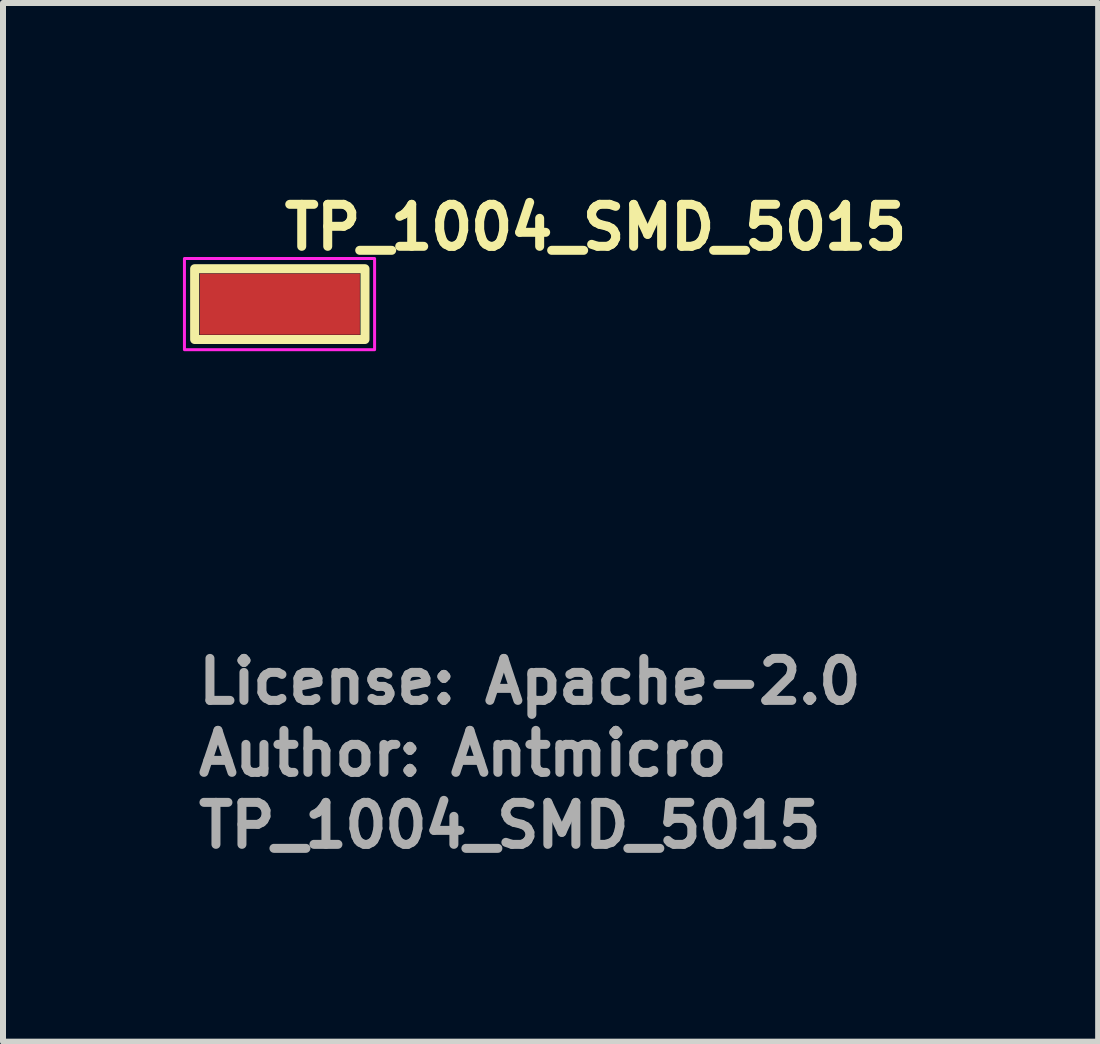
<source format=kicad_pcb>
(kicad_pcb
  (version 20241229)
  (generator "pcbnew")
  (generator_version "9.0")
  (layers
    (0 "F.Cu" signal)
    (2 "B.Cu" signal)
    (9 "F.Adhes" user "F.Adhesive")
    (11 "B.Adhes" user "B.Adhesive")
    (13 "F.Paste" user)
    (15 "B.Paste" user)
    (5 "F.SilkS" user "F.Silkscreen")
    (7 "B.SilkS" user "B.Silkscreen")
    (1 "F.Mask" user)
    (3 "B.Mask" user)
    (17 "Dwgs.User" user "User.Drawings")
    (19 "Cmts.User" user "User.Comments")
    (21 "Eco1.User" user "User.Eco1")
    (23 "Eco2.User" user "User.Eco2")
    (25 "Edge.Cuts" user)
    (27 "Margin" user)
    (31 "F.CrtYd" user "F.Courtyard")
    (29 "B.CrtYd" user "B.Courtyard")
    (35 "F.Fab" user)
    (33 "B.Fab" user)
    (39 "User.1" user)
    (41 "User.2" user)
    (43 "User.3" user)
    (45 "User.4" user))
  (footprint "TP_1004_SMD_5015"
    (layer "F.Cu")
    (at 1.615 2.02)
    (property "Reference" "TP_1004_SMD_5015" (at 0 -0.87 0) (layer "F.SilkS") (effects (font (size 0.7 0.7) (thickness 0.15)) (justify left bottom)))
    (attr smd)
    (fp_rect (start -1.42 -0.59) (end 1.42 0.59) (stroke (width 0.15) (type solid)) (fill no) (layer "F.SilkS"))
    (fp_rect (start -1.59 -0.76) (end 1.58 0.76) (stroke (width 0.05) (type solid)) (fill no) (layer "F.CrtYd"))
    (fp_rect (start -1.333 -0.508) (end 1.333 0.508) (stroke (width 0.1) (type solid)) (fill no) (layer "User.5"))
    (fp_line (start -1.333 -0.508) (end -1.286 -0.508) (stroke (width 0.02) (type solid)) (layer "User.9"))
    (fp_line (start -1.333 0.508) (end -1.333 -0.508) (stroke (width 0.02) (type solid)) (layer "User.9"))
    (fp_line (start -1.333 0.508) (end -1.286 0.508) (stroke (width 0.02) (type solid)) (layer "User.9"))
    (fp_line (start -1.286 -0.508) (end -0.812 -0.508) (stroke (width 0.02) (type solid)) (layer "User.9"))
    (fp_line (start -1.286 0.508) (end -0.812 0.508) (stroke (width 0.02) (type solid)) (layer "User.9"))
    (fp_line (start -0.812 -0.508) (end -0.508 -0.508) (stroke (width 0.02) (type solid)) (layer "User.9"))
    (fp_line (start -0.812 0.508) (end -0.508 0.508) (stroke (width 0.02) (type solid)) (layer "User.9"))
    (fp_line (start 0.508 -0.508) (end -0.508 -0.508) (stroke (width 0.02) (type solid)) (layer "User.9"))
    (fp_line (start 0.508 0.508) (end -0.508 0.508) (stroke (width 0.02) (type solid)) (layer "User.9"))
    (fp_line (start 0.812 -0.508) (end 0.508 -0.508) (stroke (width 0.02) (type solid)) (layer "User.9"))
    (fp_line (start 0.812 0.508) (end 0.508 0.508) (stroke (width 0.02) (type solid)) (layer "User.9"))
    (fp_line (start 1.286 -0.508) (end 0.812 -0.508) (stroke (width 0.02) (type solid)) (layer "User.9"))
    (fp_line (start 1.286 0.508) (end 0.812 0.508) (stroke (width 0.02) (type solid)) (layer "User.9"))
    (fp_line (start 1.333 -0.508) (end 1.286 -0.508) (stroke (width 0.02) (type solid)) (layer "User.9"))
    (fp_line (start 1.333 0.508) (end 1.286 0.508) (stroke (width 0.02) (type solid)) (layer "User.9"))
    (fp_line (start 1.333 0.508) (end 1.333 -0.508) (stroke (width 0.02) (type solid)) (layer "User.9"))
    (fp_text user "${REFERENCE}" (at -1.43 9.1 0) (layer "F.Fab") (effects (font (size 0.7 0.7) (thickness 0.15)) (justify left bottom)))
    (fp_text user "Author: Antmicro" (at -1.43 7.9 0) (layer "F.Fab") (effects (font (size 0.7 0.7) (thickness 0.15)) (justify left bottom)))
    (fp_text user "License: Apache-2.0" (at -1.43 6.7 0) (layer "F.Fab") (effects (font (size 0.7 0.7) (thickness 0.15)) (justify left bottom)))
    (pad "1" smd rect (at 0 0) (size 2.67 1.02) (layers "F.Cu" "F.Mask" "F.Paste")))
  (gr_rect
    (start -3 -3)
    (end 15.258 14.316)
    (stroke (width 0.1) (type default))
    (fill no)
    (layer "Edge.Cuts")))
</source>
